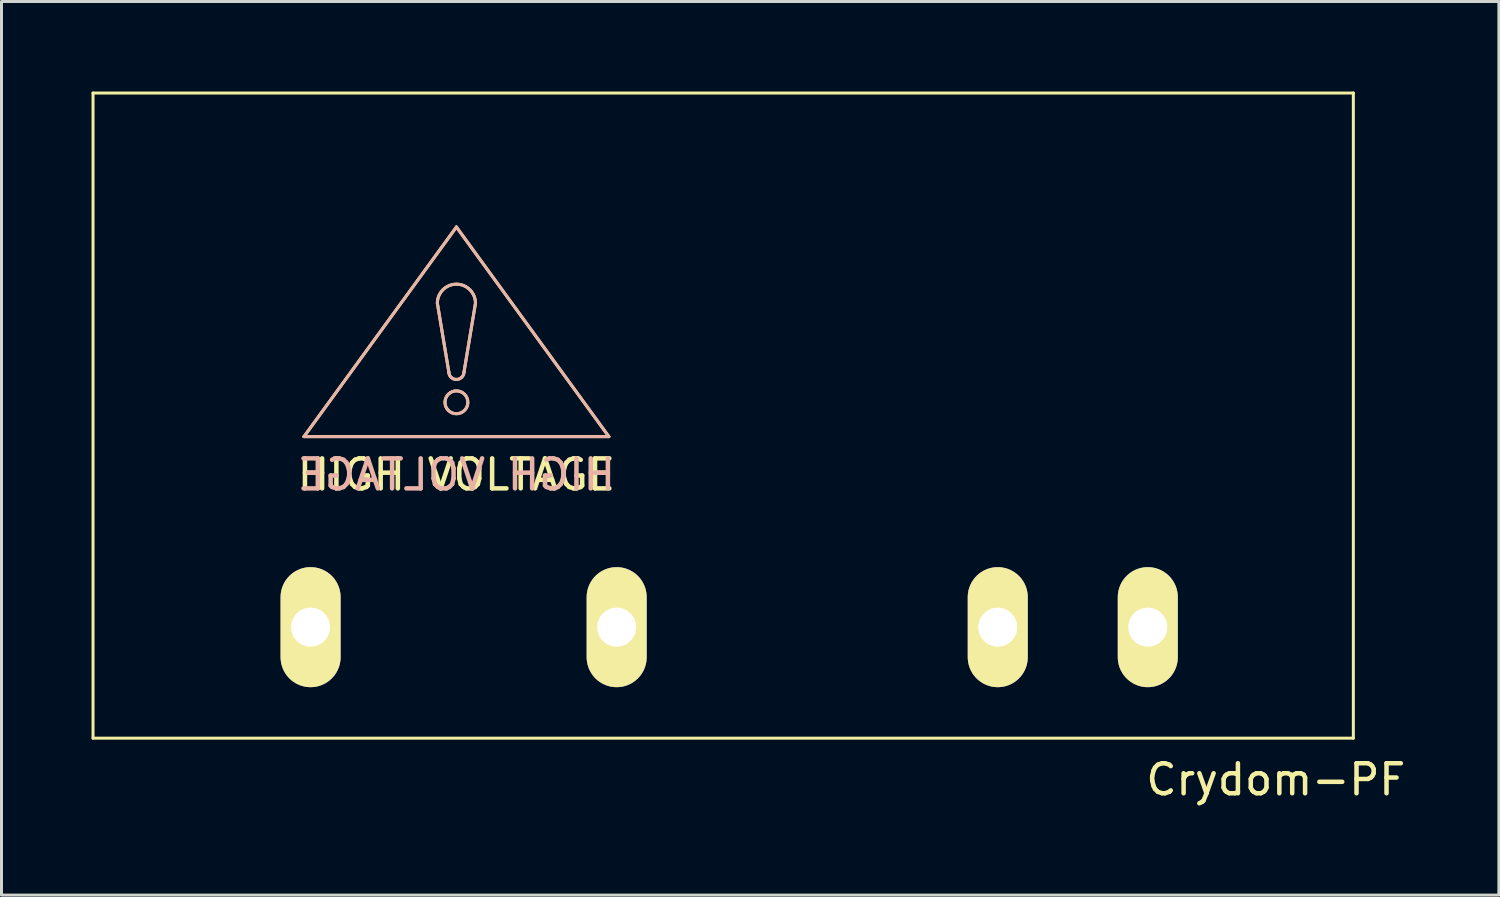
<source format=kicad_pcb>
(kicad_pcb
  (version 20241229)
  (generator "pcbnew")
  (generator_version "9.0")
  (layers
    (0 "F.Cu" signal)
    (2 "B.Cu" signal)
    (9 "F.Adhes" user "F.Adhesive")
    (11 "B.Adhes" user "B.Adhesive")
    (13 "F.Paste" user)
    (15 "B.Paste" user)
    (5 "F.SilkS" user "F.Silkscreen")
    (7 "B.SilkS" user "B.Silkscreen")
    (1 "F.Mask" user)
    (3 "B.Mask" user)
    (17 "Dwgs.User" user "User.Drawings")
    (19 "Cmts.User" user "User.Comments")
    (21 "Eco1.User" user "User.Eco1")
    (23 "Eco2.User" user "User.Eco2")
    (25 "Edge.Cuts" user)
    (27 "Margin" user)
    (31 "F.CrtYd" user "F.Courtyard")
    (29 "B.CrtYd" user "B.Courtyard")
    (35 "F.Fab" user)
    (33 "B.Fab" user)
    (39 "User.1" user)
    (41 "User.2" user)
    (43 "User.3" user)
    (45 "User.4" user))
  (footprint "Crydom-PF"
    (layer "F.Cu")
    (at 21.05 17.85)
    (property "Reference" "Crydom-PF" (at 18.415 5.08 0) (layer "F.SilkS") (effects (font (size 1 1) (thickness 0.15))))
    (attr through_hole)
    (fp_line (start -21 -17.8) (end -21 3.7) (stroke (width 0.1) (type solid)) (layer "F.SilkS"))
    (fp_line (start -21 3.7) (end 21 3.7) (stroke (width 0.1) (type solid)) (layer "F.SilkS"))
    (fp_line (start -13.97 -6.35) (end -3.81 -6.35) (stroke (width 0.1) (type solid)) (layer "F.SilkS"))
    (fp_line (start -9.525 -10.795) (end -9.144 -8.509) (stroke (width 0.1) (type solid)) (layer "F.SilkS"))
    (fp_line (start -8.89 -13.335) (end -13.97 -6.35) (stroke (width 0.1) (type solid)) (layer "F.SilkS"))
    (fp_line (start -8.636 -8.509) (end -8.255 -10.795) (stroke (width 0.1) (type solid)) (layer "F.SilkS"))
    (fp_line (start -3.81 -6.35) (end -8.89 -13.335) (stroke (width 0.1) (type solid)) (layer "F.SilkS"))
    (fp_line (start 21 -17.8) (end -21 -17.8) (stroke (width 0.1) (type solid)) (layer "F.SilkS"))
    (fp_line (start 21 3.7) (end 21 -17.8) (stroke (width 0.1) (type solid)) (layer "F.SilkS"))
    (fp_arc (start -9.525 -10.795) (mid -8.89 -11.43) (end -8.255 -10.795) (stroke (width 0.1) (type solid)) (layer "F.SilkS"))
    (fp_arc (start -8.636 -8.509) (mid -8.89 -8.255) (end -9.144 -8.509) (stroke (width 0.1) (type solid)) (layer "F.SilkS"))
    (fp_circle (center -8.89 -7.493) (end -9.271 -7.493) (stroke (width 0.1) (type solid)) (fill no) (layer "F.SilkS"))
    (fp_line (start -13.97 -6.35) (end -3.81 -6.35) (stroke (width 0.1) (type solid)) (layer "B.SilkS"))
    (fp_line (start -9.525 -10.795) (end -9.144 -8.509) (stroke (width 0.1) (type solid)) (layer "B.SilkS"))
    (fp_line (start -8.89 -13.335) (end -13.97 -6.35) (stroke (width 0.1) (type solid)) (layer "B.SilkS"))
    (fp_line (start -8.636 -8.509) (end -8.255 -10.795) (stroke (width 0.1) (type solid)) (layer "B.SilkS"))
    (fp_line (start -3.81 -6.35) (end -8.89 -13.335) (stroke (width 0.1) (type solid)) (layer "B.SilkS"))
    (fp_arc (start -9.525 -10.795) (mid -8.89 -11.43) (end -8.255 -10.795) (stroke (width 0.1) (type solid)) (layer "B.SilkS"))
    (fp_arc (start -8.636 -8.509) (mid -8.89 -8.255) (end -9.144 -8.509) (stroke (width 0.1) (type solid)) (layer "B.SilkS"))
    (fp_circle (center -8.89 -7.493) (end -9.271 -7.493) (stroke (width 0.1) (type solid)) (fill no) (layer "B.SilkS"))
    (fp_text user "HIGH VOLTAGE" (at -8.89 -5.08 0) (layer "F.SilkS") (effects (font (size 1 1) (thickness 0.15))))
    (fp_text user "HIGH VOLTAGE" (at -8.89 -5.08 0) (layer "B.SilkS") (effects (font (size 1 1) (thickness 0.15)) (justify mirror)))
    (pad "1" thru_hole oval (at -13.75 0) (size 2 4) (drill 1.3) (layers "*.Cu" "*.Mask" "F.SilkS"))
    (pad "2" thru_hole oval (at -3.55 0) (size 2 4) (drill 1.3) (layers "*.Cu" "*.Mask" "F.SilkS"))
    (pad "3" thru_hole oval (at 9.15 0) (size 2 4) (drill 1.3) (layers "*.Cu" "*.Mask" "F.SilkS"))
    (pad "4" thru_hole oval (at 14.15 0) (size 2 4) (drill 1.3) (layers "*.Cu" "*.Mask" "F.SilkS")))
  (gr_rect
    (start -3 -3)
    (end 46.9 26.778)
    (stroke (width 0.1) (type default))
    (fill no)
    (layer "Edge.Cuts")))
</source>
